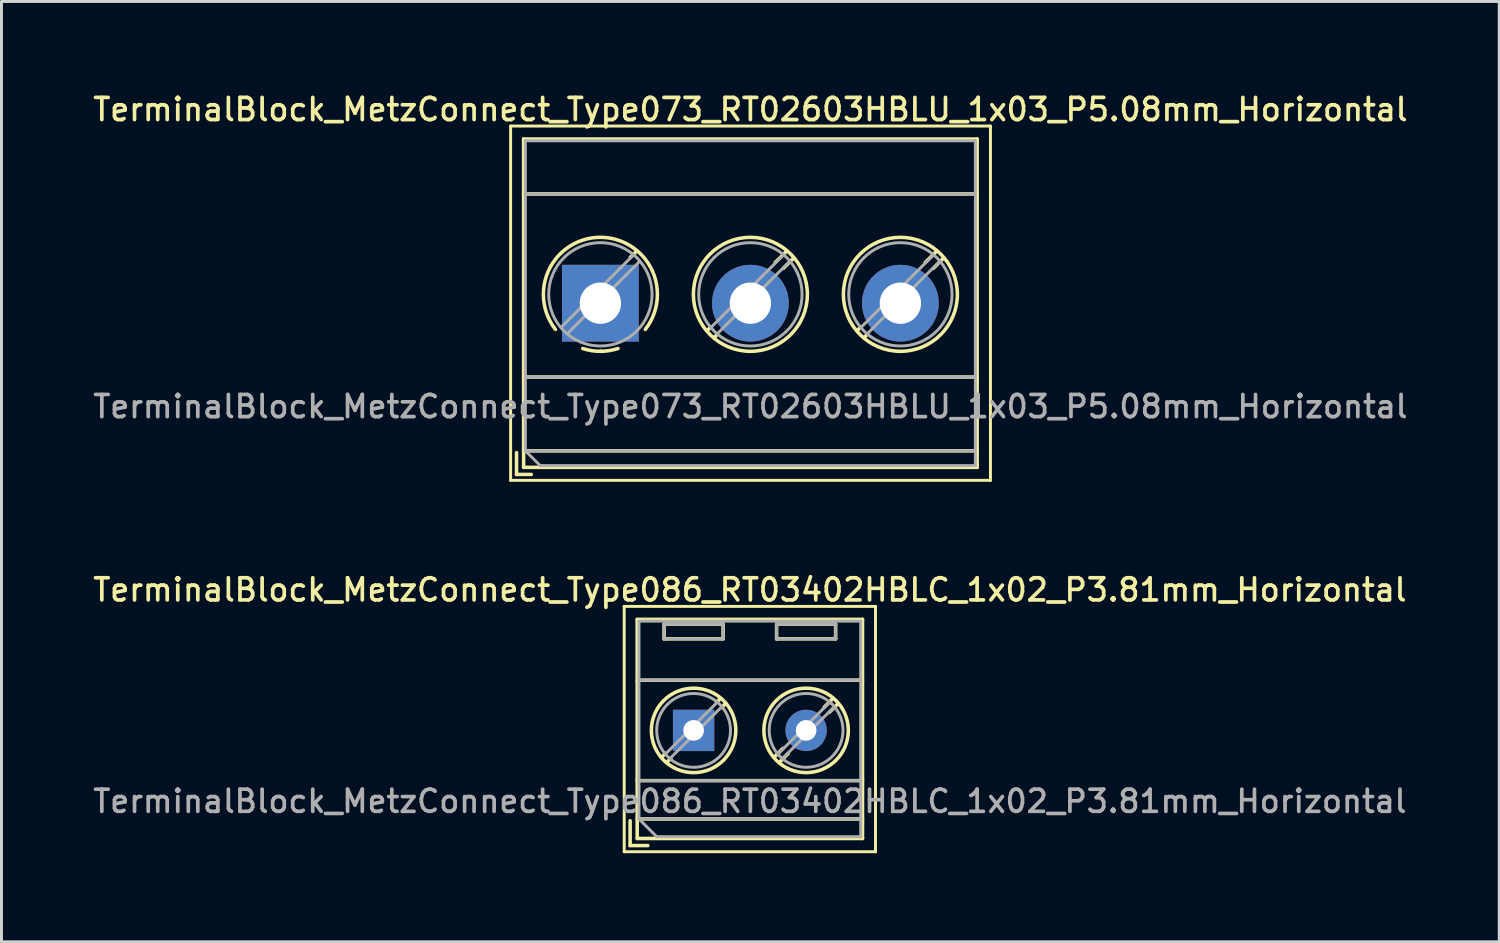
<source format=kicad_pcb>
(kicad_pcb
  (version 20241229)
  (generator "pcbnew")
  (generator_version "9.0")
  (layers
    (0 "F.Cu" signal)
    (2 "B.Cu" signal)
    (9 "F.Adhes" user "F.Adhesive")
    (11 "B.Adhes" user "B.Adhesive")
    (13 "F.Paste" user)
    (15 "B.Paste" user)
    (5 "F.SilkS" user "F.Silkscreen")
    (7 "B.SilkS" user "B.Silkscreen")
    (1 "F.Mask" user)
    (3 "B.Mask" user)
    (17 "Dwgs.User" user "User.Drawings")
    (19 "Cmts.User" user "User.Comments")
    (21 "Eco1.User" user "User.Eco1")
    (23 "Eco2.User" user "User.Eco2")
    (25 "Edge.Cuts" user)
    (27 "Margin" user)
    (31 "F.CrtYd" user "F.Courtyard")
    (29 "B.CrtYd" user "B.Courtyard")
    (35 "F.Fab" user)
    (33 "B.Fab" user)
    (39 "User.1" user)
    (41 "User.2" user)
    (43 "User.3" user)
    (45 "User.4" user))
  (footprint "TerminalBlock_MetzConnect_Type073_RT02603HBLU_1x03_P5.08mm_Horizontal"
    (layer "F.Cu")
    (at 17.283 7.218)
    (property "Reference" "TerminalBlock_MetzConnect_Type073_RT02603HBLU_1x03_P5.08mm_Horizontal" (at 5.08 -6.56 0) (layer "F.SilkS") (effects (font (size 0.75 0.75) (thickness 0.125))))
    (attr through_hole)
    (fp_line (start -3.04 -6) (end -3.04 6) (stroke (width 0.1) (type solid)) (layer "F.SilkS"))
    (fp_line (start -3.04 6) (end 13.21 6) (stroke (width 0.1) (type solid)) (layer "F.SilkS"))
    (fp_line (start -2.84 5.06) (end -2.84 5.8) (stroke (width 0.12) (type solid)) (layer "F.SilkS"))
    (fp_line (start -2.84 5.8) (end -2.34 5.8) (stroke (width 0.12) (type solid)) (layer "F.SilkS"))
    (fp_line (start -2.6 -5.56) (end -2.6 5.56) (stroke (width 0.12) (type solid)) (layer "F.SilkS"))
    (fp_line (start -2.6 -5.56) (end 12.76 -5.56) (stroke (width 0.12) (type solid)) (layer "F.SilkS"))
    (fp_line (start -2.6 -3.7) (end 12.76 -3.7) (stroke (width 0.12) (type solid)) (layer "F.SilkS"))
    (fp_line (start -2.6 2.5) (end 12.76 2.5) (stroke (width 0.12) (type solid)) (layer "F.SilkS"))
    (fp_line (start -2.6 5) (end 12.76 5) (stroke (width 0.12) (type solid)) (layer "F.SilkS"))
    (fp_line (start -2.6 5.56) (end 12.76 5.56) (stroke (width 0.12) (type solid)) (layer "F.SilkS"))
    (fp_line (start 1.229 -1.764) (end 1.013 -1.549) (stroke (width 0.12) (type solid)) (layer "F.SilkS"))
    (fp_line (start 3.724 0.821) (end 3.617 0.928) (stroke (width 0.12) (type solid)) (layer "F.SilkS"))
    (fp_line (start 3.933 1.083) (end 3.852 1.164) (stroke (width 0.12) (type solid)) (layer "F.SilkS"))
    (fp_line (start 6.309 -1.764) (end 5.918 -1.374) (stroke (width 0.12) (type solid)) (layer "F.SilkS"))
    (fp_line (start 6.544 -1.529) (end 6.194 -1.179) (stroke (width 0.12) (type solid)) (layer "F.SilkS"))
    (fp_line (start 8.804 0.821) (end 8.697 0.928) (stroke (width 0.12) (type solid)) (layer "F.SilkS"))
    (fp_line (start 9.013 1.083) (end 8.932 1.164) (stroke (width 0.12) (type solid)) (layer "F.SilkS"))
    (fp_line (start 11.389 -1.764) (end 10.998 -1.374) (stroke (width 0.12) (type solid)) (layer "F.SilkS"))
    (fp_line (start 11.624 -1.529) (end 11.274 -1.179) (stroke (width 0.12) (type solid)) (layer "F.SilkS"))
    (fp_line (start 12.76 -5.56) (end 12.76 5.56) (stroke (width 0.12) (type solid)) (layer "F.SilkS"))
    (fp_line (start 13.21 -6) (end -3.04 -6) (stroke (width 0.1) (type solid)) (layer "F.SilkS"))
    (fp_line (start 13.21 6) (end 13.21 -6) (stroke (width 0.1) (type solid)) (layer "F.SilkS"))
    (fp_arc (start -1.521645 0.888175) (mid -1.930586 -0.300524) (end -1.521 -1.489) (stroke (width 0.12) (type solid)) (layer "F.SilkS"))
    (fp_arc (start -1.500317 -1.514609) (mid -0.000252 -2.230344) (end 1.5 -1.515) (stroke (width 0.12) (type solid)) (layer "F.SilkS"))
    (fp_arc (start 0.033269 1.630336) (mid -0.285785 1.609354) (end -0.597 1.536) (stroke (width 0.12) (type solid)) (layer "F.SilkS"))
    (fp_arc (start 0.596403 1.535539) (mid 0.301919 1.606238) (end 0 1.63) (stroke (width 0.12) (type solid)) (layer "F.SilkS"))
    (fp_arc (start 1.521645 -1.488175) (mid 1.930586 -0.299476) (end 1.521 0.889) (stroke (width 0.12) (type solid)) (layer "F.SilkS"))
    (fp_arc (start 5.08 1.63) (mid 5.08 -2.23) (end 5.08 1.63) (stroke (width 0.12) (type solid)) (layer "F.SilkS"))
    (fp_arc (start 10.16 1.63) (mid 10.16 -2.23) (end 10.16 1.63) (stroke (width 0.12) (type solid)) (layer "F.SilkS"))
    (fp_line (start -2.54 -5.5) (end 12.7 -5.5) (stroke (width 0.1) (type solid)) (layer "F.Fab"))
    (fp_line (start -2.54 -3.7) (end 12.7 -3.7) (stroke (width 0.1) (type solid)) (layer "F.Fab"))
    (fp_line (start -2.54 2.5) (end 12.7 2.5) (stroke (width 0.1) (type solid)) (layer "F.Fab"))
    (fp_line (start -2.54 5) (end -2.54 -5.5) (stroke (width 0.1) (type solid)) (layer "F.Fab"))
    (fp_line (start -2.54 5) (end 12.7 5) (stroke (width 0.1) (type solid)) (layer "F.Fab"))
    (fp_line (start -2.04 5.5) (end -2.54 5) (stroke (width 0.1) (type solid)) (layer "F.Fab"))
    (fp_line (start 1.114 -1.628) (end -1.328 0.814) (stroke (width 0.1) (type solid)) (layer "F.Fab"))
    (fp_line (start 1.328 -1.414) (end -1.114 1.027) (stroke (width 0.1) (type solid)) (layer "F.Fab"))
    (fp_line (start 6.194 -1.628) (end 3.753 0.814) (stroke (width 0.1) (type solid)) (layer "F.Fab"))
    (fp_line (start 6.408 -1.414) (end 3.967 1.027) (stroke (width 0.1) (type solid)) (layer "F.Fab"))
    (fp_line (start 11.274 -1.628) (end 8.833 0.814) (stroke (width 0.1) (type solid)) (layer "F.Fab"))
    (fp_line (start 11.488 -1.414) (end 9.047 1.027) (stroke (width 0.1) (type solid)) (layer "F.Fab"))
    (fp_line (start 12.7 -5.5) (end 12.7 5.5) (stroke (width 0.1) (type solid)) (layer "F.Fab"))
    (fp_line (start 12.7 5.5) (end -2.04 5.5) (stroke (width 0.1) (type solid)) (layer "F.Fab"))
    (fp_circle (center 0 -0.3) (end 1.75 -0.3) (stroke (width 0.1) (type solid)) (fill no) (layer "F.Fab"))
    (fp_circle (center 5.08 -0.3) (end 6.83 -0.3) (stroke (width 0.1) (type solid)) (fill no) (layer "F.Fab"))
    (fp_circle (center 10.16 -0.3) (end 11.91 -0.3) (stroke (width 0.1) (type solid)) (fill no) (layer "F.Fab"))
    (fp_text user "${REFERENCE}" (at 5.08 3.5 0) (layer "F.Fab") (effects (font (size 0.75 0.75) (thickness 0.125))))
    (pad "1" thru_hole rect (at 0 0) (size 2.6 2.6) (drill 1.4) (layers "*.Cu" "*.Mask"))
    (pad "2" thru_hole circle (at 5.08 0) (size 2.6 2.6) (drill 1.4) (layers "*.Cu" "*.Mask"))
    (pad "3" thru_hole circle (at 10.16 0) (size 2.6 2.6) (drill 1.4) (layers "*.Cu" "*.Mask")))
  (footprint "TerminalBlock_MetzConnect_Type086_RT03402HBLC_1x02_P3.81mm_Horizontal"
    (layer "F.Cu")
    (at 20.44 21.686)
    (property "Reference" "TerminalBlock_MetzConnect_Type086_RT03402HBLC_1x02_P3.81mm_Horizontal" (at 1.905 -4.76 0) (layer "F.SilkS") (effects (font (size 0.75 0.75) (thickness 0.125))))
    (attr through_hole)
    (fp_line (start -2.35 -4.2) (end -2.35 4.11) (stroke (width 0.1) (type solid)) (layer "F.SilkS"))
    (fp_line (start -2.35 4.11) (end 6.16 4.11) (stroke (width 0.1) (type solid)) (layer "F.SilkS"))
    (fp_line (start -2.15 3.06) (end -2.15 3.9) (stroke (width 0.12) (type solid)) (layer "F.SilkS"))
    (fp_line (start -2.15 3.9) (end -1.55 3.9) (stroke (width 0.12) (type solid)) (layer "F.SilkS"))
    (fp_line (start -1.91 -3.76) (end -1.91 3.66) (stroke (width 0.12) (type solid)) (layer "F.SilkS"))
    (fp_line (start -1.91 -3.76) (end 5.72 -3.76) (stroke (width 0.12) (type solid)) (layer "F.SilkS"))
    (fp_line (start -1.91 -1.7) (end 5.72 -1.7) (stroke (width 0.12) (type solid)) (layer "F.SilkS"))
    (fp_line (start -1.91 1.701) (end 5.72 1.701) (stroke (width 0.12) (type solid)) (layer "F.SilkS"))
    (fp_line (start -1.91 3) (end 5.72 3) (stroke (width 0.12) (type solid)) (layer "F.SilkS"))
    (fp_line (start -1.91 3.66) (end 5.72 3.66) (stroke (width 0.12) (type solid)) (layer "F.SilkS"))
    (fp_line (start -1 -3.6) (end -1 -3.1) (stroke (width 0.12) (type solid)) (layer "F.SilkS"))
    (fp_line (start -1 -3.6) (end 1 -3.6) (stroke (width 0.12) (type solid)) (layer "F.SilkS"))
    (fp_line (start -1 -3.1) (end 1 -3.1) (stroke (width 0.12) (type solid)) (layer "F.SilkS"))
    (fp_line (start -0.946 0.771) (end -1.085 0.91) (stroke (width 0.12) (type solid)) (layer "F.SilkS"))
    (fp_line (start -0.771 0.945) (end -0.911 1.085) (stroke (width 0.12) (type solid)) (layer "F.SilkS"))
    (fp_line (start 0.911 -1.085) (end 0.771 -0.945) (stroke (width 0.12) (type solid)) (layer "F.SilkS"))
    (fp_line (start 1 -3.6) (end 1 -3.1) (stroke (width 0.12) (type solid)) (layer "F.SilkS"))
    (fp_line (start 1.085 -0.91) (end 0.945 -0.771) (stroke (width 0.12) (type solid)) (layer "F.SilkS"))
    (fp_line (start 2.81 -3.6) (end 2.81 -3.1) (stroke (width 0.12) (type solid)) (layer "F.SilkS"))
    (fp_line (start 2.81 -3.6) (end 4.81 -3.6) (stroke (width 0.12) (type solid)) (layer "F.SilkS"))
    (fp_line (start 2.81 -3.1) (end 4.81 -3.1) (stroke (width 0.12) (type solid)) (layer "F.SilkS"))
    (fp_line (start 3.025 0.611) (end 2.726 0.91) (stroke (width 0.12) (type solid)) (layer "F.SilkS"))
    (fp_line (start 3.2 0.786) (end 2.9 1.085) (stroke (width 0.12) (type solid)) (layer "F.SilkS"))
    (fp_line (start 4.721 -1.085) (end 4.421 -0.786) (stroke (width 0.12) (type solid)) (layer "F.SilkS"))
    (fp_line (start 4.81 -3.6) (end 4.81 -3.1) (stroke (width 0.12) (type solid)) (layer "F.SilkS"))
    (fp_line (start 4.895 -0.91) (end 4.596 -0.611) (stroke (width 0.12) (type solid)) (layer "F.SilkS"))
    (fp_line (start 5.72 -3.76) (end 5.72 3.66) (stroke (width 0.12) (type solid)) (layer "F.SilkS"))
    (fp_line (start 6.16 -4.2) (end -2.35 -4.2) (stroke (width 0.1) (type solid)) (layer "F.SilkS"))
    (fp_line (start 6.16 4.11) (end 6.16 -4.2) (stroke (width 0.1) (type solid)) (layer "F.SilkS"))
    (fp_circle (center 0 0) (end 1.43 0) (stroke (width 0.12) (type solid)) (fill no) (layer "F.SilkS"))
    (fp_circle (center 3.81 0) (end 5.24 0) (stroke (width 0.12) (type solid)) (fill no) (layer "F.SilkS"))
    (fp_line (start -1.85 -3.7) (end 5.66 -3.7) (stroke (width 0.1) (type solid)) (layer "F.Fab"))
    (fp_line (start -1.85 -1.7) (end 5.66 -1.7) (stroke (width 0.1) (type solid)) (layer "F.Fab"))
    (fp_line (start -1.85 1.7) (end 5.66 1.7) (stroke (width 0.1) (type solid)) (layer "F.Fab"))
    (fp_line (start -1.85 3) (end -1.85 -3.7) (stroke (width 0.1) (type solid)) (layer "F.Fab"))
    (fp_line (start -1.85 3) (end 5.66 3) (stroke (width 0.1) (type solid)) (layer "F.Fab"))
    (fp_line (start -1.25 3.6) (end -1.85 3) (stroke (width 0.1) (type solid)) (layer "F.Fab"))
    (fp_line (start -1 -3.6) (end -1 -3.1) (stroke (width 0.1) (type solid)) (layer "F.Fab"))
    (fp_line (start -1 -3.1) (end 1 -3.1) (stroke (width 0.1) (type solid)) (layer "F.Fab"))
    (fp_line (start 0.796 -0.948) (end -0.949 0.796) (stroke (width 0.1) (type solid)) (layer "F.Fab"))
    (fp_line (start 0.949 -0.796) (end -0.796 0.948) (stroke (width 0.1) (type solid)) (layer "F.Fab"))
    (fp_line (start 1 -3.6) (end -1 -3.6) (stroke (width 0.1) (type solid)) (layer "F.Fab"))
    (fp_line (start 1 -3.1) (end 1 -3.6) (stroke (width 0.1) (type solid)) (layer "F.Fab"))
    (fp_line (start 2.81 -3.6) (end 2.81 -3.1) (stroke (width 0.1) (type solid)) (layer "F.Fab"))
    (fp_line (start 2.81 -3.1) (end 4.81 -3.1) (stroke (width 0.1) (type solid)) (layer "F.Fab"))
    (fp_line (start 4.606 -0.948) (end 2.862 0.796) (stroke (width 0.1) (type solid)) (layer "F.Fab"))
    (fp_line (start 4.759 -0.796) (end 3.015 0.948) (stroke (width 0.1) (type solid)) (layer "F.Fab"))
    (fp_line (start 4.81 -3.6) (end 2.81 -3.6) (stroke (width 0.1) (type solid)) (layer "F.Fab"))
    (fp_line (start 4.81 -3.1) (end 4.81 -3.6) (stroke (width 0.1) (type solid)) (layer "F.Fab"))
    (fp_line (start 5.66 -3.7) (end 5.66 3.6) (stroke (width 0.1) (type solid)) (layer "F.Fab"))
    (fp_line (start 5.66 3.6) (end -1.25 3.6) (stroke (width 0.1) (type solid)) (layer "F.Fab"))
    (fp_circle (center 0 0) (end 1.25 0) (stroke (width 0.1) (type solid)) (fill no) (layer "F.Fab"))
    (fp_circle (center 3.81 0) (end 5.06 0) (stroke (width 0.1) (type solid)) (fill no) (layer "F.Fab"))
    (fp_text user "${REFERENCE}" (at 1.905 2.4 0) (layer "F.Fab") (effects (font (size 0.75 0.75) (thickness 0.125))))
    (pad "1" thru_hole rect (at 0 0) (size 1.4 1.4) (drill 0.7) (layers "*.Cu" "*.Mask"))
    (pad "2" thru_hole circle (at 3.81 0) (size 1.4 1.4) (drill 0.7) (layers "*.Cu" "*.Mask")))
  (gr_rect
    (start -3 -3)
    (end 47.725 28.846)
    (stroke (width 0.1) (type default))
    (fill no)
    (layer "Edge.Cuts")))
</source>
